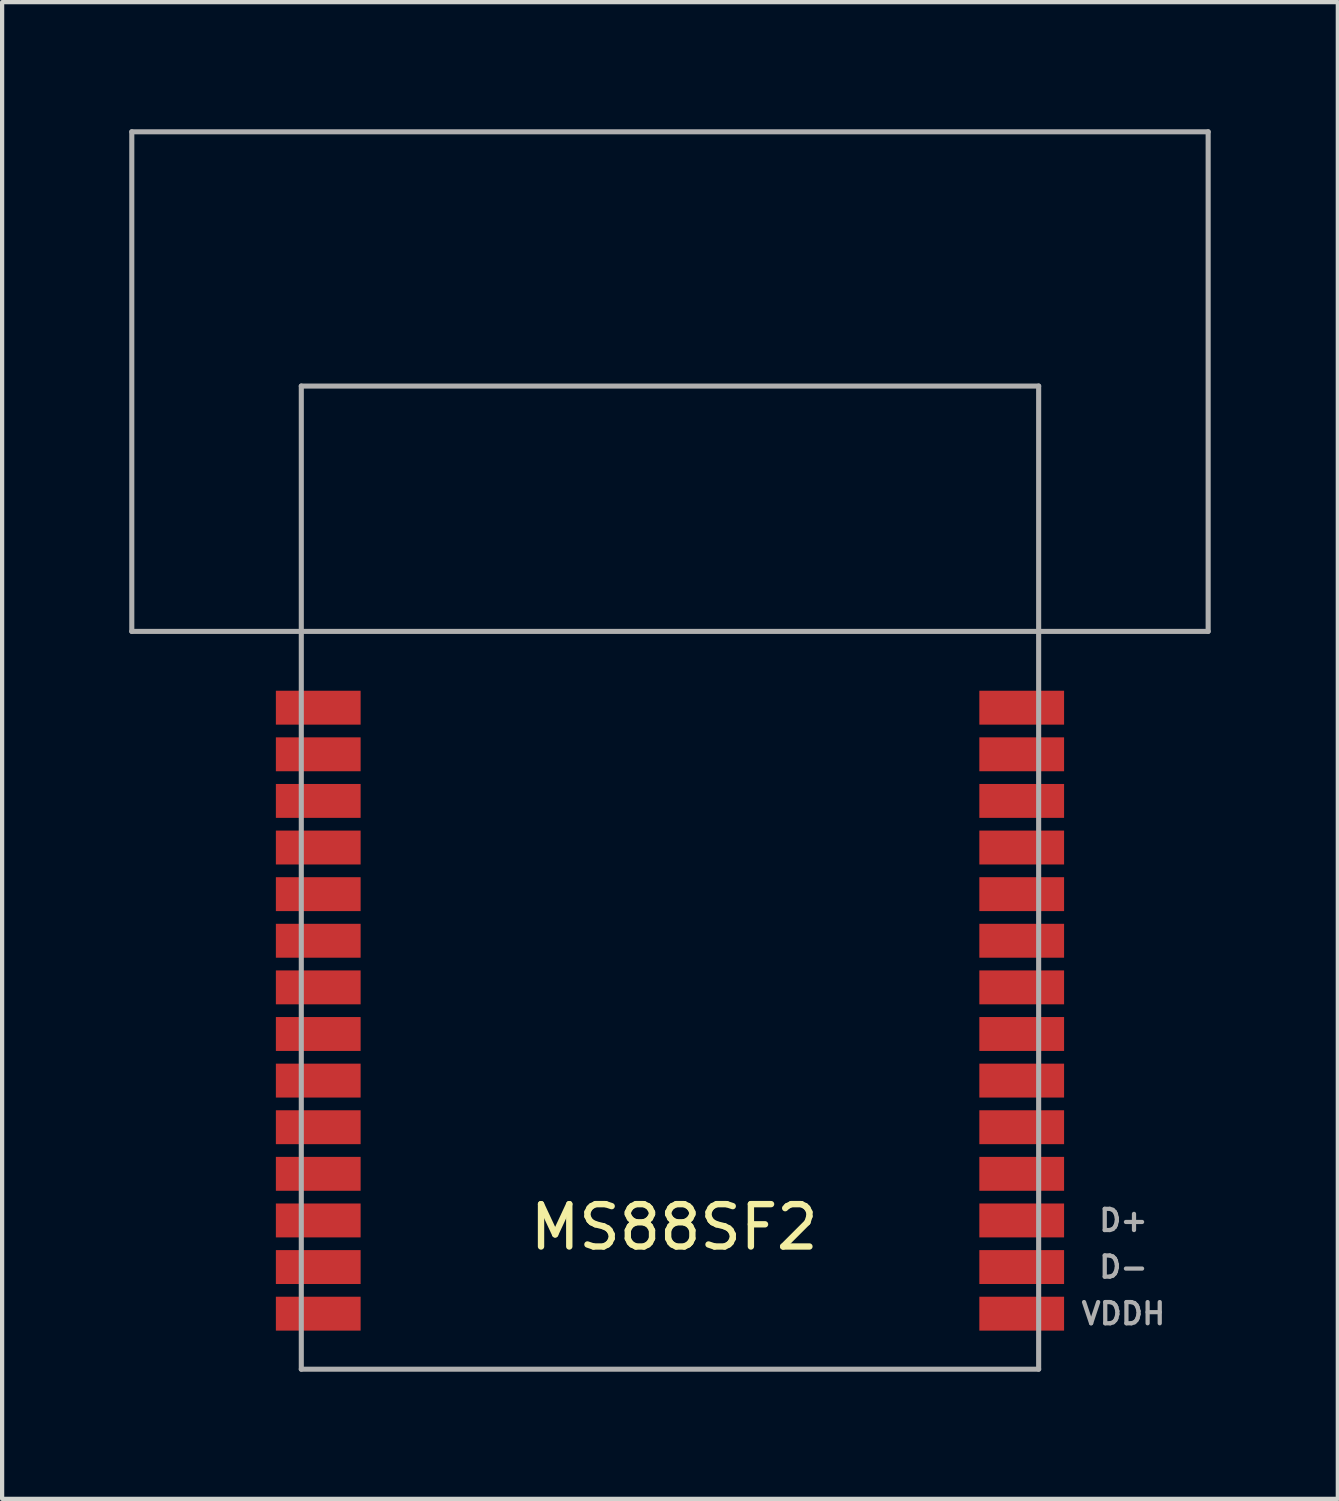
<source format=kicad_pcb>
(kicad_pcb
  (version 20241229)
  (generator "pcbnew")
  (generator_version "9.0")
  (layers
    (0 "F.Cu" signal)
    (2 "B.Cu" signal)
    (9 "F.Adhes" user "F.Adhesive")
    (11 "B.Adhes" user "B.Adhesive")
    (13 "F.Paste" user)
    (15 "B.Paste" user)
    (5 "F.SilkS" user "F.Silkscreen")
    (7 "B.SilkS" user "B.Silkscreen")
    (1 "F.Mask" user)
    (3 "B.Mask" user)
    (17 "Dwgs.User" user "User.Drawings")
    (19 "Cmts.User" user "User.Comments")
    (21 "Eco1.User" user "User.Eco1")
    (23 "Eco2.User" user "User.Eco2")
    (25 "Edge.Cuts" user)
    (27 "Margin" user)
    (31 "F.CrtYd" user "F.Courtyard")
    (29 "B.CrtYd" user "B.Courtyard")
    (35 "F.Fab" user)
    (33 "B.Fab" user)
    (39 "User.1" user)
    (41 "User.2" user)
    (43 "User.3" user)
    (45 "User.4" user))
  (footprint "MS88SF2"
    (layer "F.Cu")
    (at 12.76 17.66)
    (property "Reference" "MS88SF2" (at 0.1 8.25 0) (layer "F.SilkS") (effects (font (size 1 1) (thickness 0.15))))
    (attr through_hole)
    (fp_line (start -12.7 -5.81) (end -12.7 -17.6) (stroke (width 0.12) (type solid)) (layer "F.Fab"))
    (fp_line (start -8.7 -11.6) (end -8.7 11.6) (stroke (width 0.12) (type solid)) (layer "F.Fab"))
    (fp_line (start -8.7 -5.81) (end -12.7 -5.81) (stroke (width 0.12) (type solid)) (layer "F.Fab"))
    (fp_line (start -8.7 11.6) (end 8.7 11.6) (stroke (width 0.12) (type solid)) (layer "F.Fab"))
    (fp_line (start 8.7 -11.6) (end -8.7 -11.6) (stroke (width 0.12) (type solid)) (layer "F.Fab"))
    (fp_line (start 8.7 -5.81) (end -8.7 -5.81) (stroke (width 0.12) (type solid)) (layer "F.Fab"))
    (fp_line (start 8.7 -5.81) (end 12.7 -5.81) (stroke (width 0.12) (type solid)) (layer "F.Fab"))
    (fp_line (start 8.7 11.6) (end 8.7 -11.6) (stroke (width 0.12) (type solid)) (layer "F.Fab"))
    (fp_line (start 12.7 -17.6) (end -12.7 -17.6) (stroke (width 0.12) (type solid)) (layer "F.Fab"))
    (fp_line (start 12.7 -5.81) (end 12.7 -17.6) (stroke (width 0.12) (type solid)) (layer "F.Fab"))
    (fp_text user "D-" (at 10.7 9.19 0) (layer "F.Fab") (effects (font (size 0.5 0.5) (thickness 0.1))))
    (fp_text user "D+" (at 10.7 8.09 0) (layer "F.Fab") (effects (font (size 0.5 0.5) (thickness 0.1))))
    (fp_text user "VDDH" (at 10.7 10.29 0) (layer "F.Fab") (effects (font (size 0.5 0.5) (thickness 0.1))))
    (pad "1" smd rect (at -8.3 -4.01) (size 2 0.8) (layers "F.Cu" "F.Mask" "F.Paste"))
    (pad "2" smd rect (at -8.3 -2.91) (size 2 0.8) (layers "F.Cu" "F.Mask" "F.Paste"))
    (pad "3" smd rect (at -8.3 -1.81) (size 2 0.8) (layers "F.Cu" "F.Mask" "F.Paste"))
    (pad "4" smd rect (at -8.3 -0.71) (size 2 0.8) (layers "F.Cu" "F.Mask" "F.Paste"))
    (pad "5" smd rect (at -8.3 0.39) (size 2 0.8) (layers "F.Cu" "F.Mask" "F.Paste"))
    (pad "6" smd rect (at -8.3 1.49) (size 2 0.8) (layers "F.Cu" "F.Mask" "F.Paste"))
    (pad "7" smd rect (at -8.3 2.59) (size 2 0.8) (layers "F.Cu" "F.Mask" "F.Paste"))
    (pad "8" smd rect (at -8.3 3.69) (size 2 0.8) (layers "F.Cu" "F.Mask" "F.Paste"))
    (pad "9" smd rect (at -8.3 4.79) (size 2 0.8) (layers "F.Cu" "F.Mask" "F.Paste"))
    (pad "10" smd rect (at -8.3 5.89) (size 2 0.8) (layers "F.Cu" "F.Mask" "F.Paste"))
    (pad "11" smd rect (at -8.3 6.99) (size 2 0.8) (layers "F.Cu" "F.Mask" "F.Paste"))
    (pad "12" smd rect (at -8.3 8.09) (size 2 0.8) (layers "F.Cu" "F.Mask" "F.Paste"))
    (pad "13" smd rect (at -8.3 9.19) (size 2 0.8) (layers "F.Cu" "F.Mask" "F.Paste"))
    (pad "14" smd rect (at -8.3 10.29) (size 2 0.8) (layers "F.Cu" "F.Mask" "F.Paste"))
    (pad "15" smd rect (at 8.3 10.29) (size 2 0.8) (layers "F.Cu" "F.Mask" "F.Paste"))
    (pad "16" smd rect (at 8.3 9.19) (size 2 0.8) (layers "F.Cu" "F.Mask" "F.Paste"))
    (pad "17" smd rect (at 8.3 8.09) (size 2 0.8) (layers "F.Cu" "F.Mask" "F.Paste"))
    (pad "18" smd rect (at 8.3 6.99) (size 2 0.8) (layers "F.Cu" "F.Mask" "F.Paste"))
    (pad "19" smd rect (at 8.3 5.89) (size 2 0.8) (layers "F.Cu" "F.Mask" "F.Paste"))
    (pad "20" smd rect (at 8.3 4.79) (size 2 0.8) (layers "F.Cu" "F.Mask" "F.Paste"))
    (pad "21" smd rect (at 8.3 3.69) (size 2 0.8) (layers "F.Cu" "F.Mask" "F.Paste"))
    (pad "22" smd rect (at 8.3 2.59) (size 2 0.8) (layers "F.Cu" "F.Mask" "F.Paste"))
    (pad "23" smd rect (at 8.3 1.49) (size 2 0.8) (layers "F.Cu" "F.Mask" "F.Paste"))
    (pad "24" smd rect (at 8.3 0.39) (size 2 0.8) (layers "F.Cu" "F.Mask" "F.Paste"))
    (pad "25" smd rect (at 8.3 -0.71) (size 2 0.8) (layers "F.Cu" "F.Mask" "F.Paste"))
    (pad "26" smd rect (at 8.3 -1.81) (size 2 0.8) (layers "F.Cu" "F.Mask" "F.Paste"))
    (pad "27" smd rect (at 8.3 -2.91) (size 2 0.8) (layers "F.Cu" "F.Mask" "F.Paste"))
    (pad "28" smd rect (at 8.3 -4.01) (size 2 0.8) (layers "F.Cu" "F.Mask" "F.Paste")))
  (gr_rect
    (start -3 -3)
    (end 28.52 32.32)
    (stroke (width 0.1) (type default))
    (fill no)
    (layer "Edge.Cuts")))
</source>
